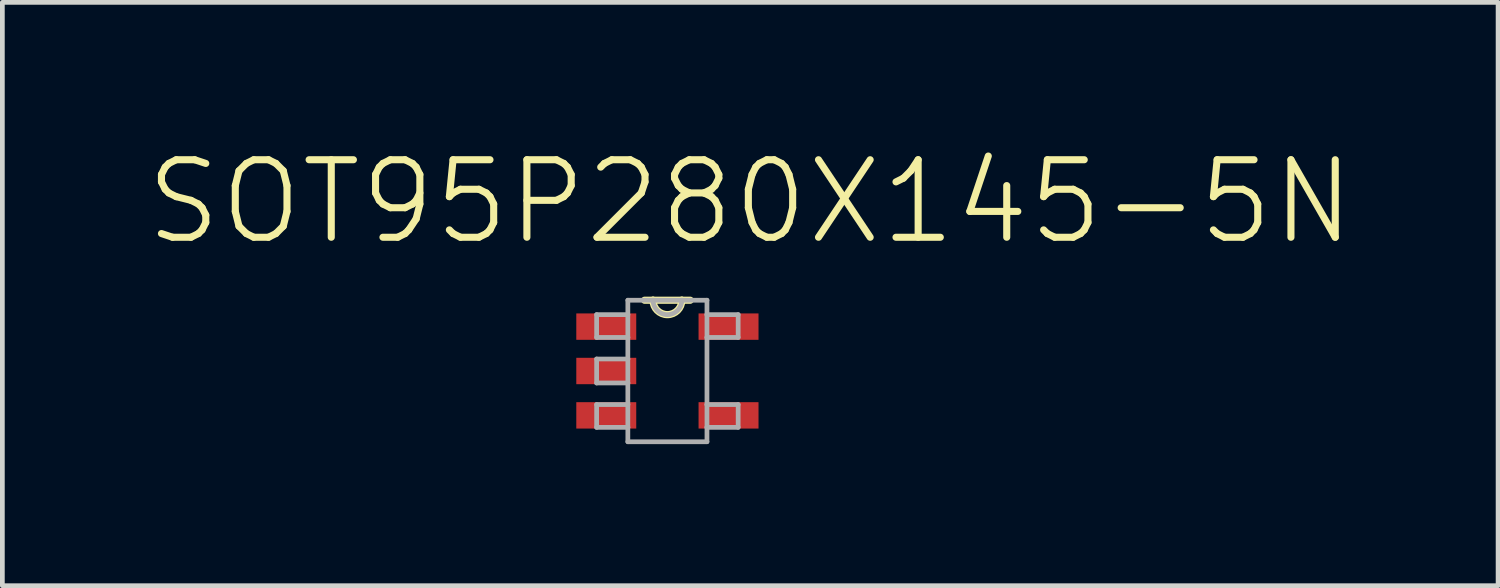
<source format=kicad_pcb>
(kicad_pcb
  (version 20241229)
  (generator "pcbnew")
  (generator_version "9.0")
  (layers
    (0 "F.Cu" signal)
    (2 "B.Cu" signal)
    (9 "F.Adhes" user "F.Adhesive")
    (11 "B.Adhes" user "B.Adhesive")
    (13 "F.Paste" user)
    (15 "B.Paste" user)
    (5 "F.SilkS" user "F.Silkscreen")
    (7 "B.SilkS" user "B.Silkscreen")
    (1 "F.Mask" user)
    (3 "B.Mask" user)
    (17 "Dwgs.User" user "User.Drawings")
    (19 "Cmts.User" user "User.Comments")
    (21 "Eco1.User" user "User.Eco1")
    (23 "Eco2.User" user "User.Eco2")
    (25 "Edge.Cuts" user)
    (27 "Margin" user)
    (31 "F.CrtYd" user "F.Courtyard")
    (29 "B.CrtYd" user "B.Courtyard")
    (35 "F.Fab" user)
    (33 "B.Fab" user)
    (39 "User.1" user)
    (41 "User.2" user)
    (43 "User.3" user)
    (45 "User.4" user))
  (footprint "SOT95P280X145-5N"
    (layer "F.Cu")
    (at 11.088 4.809)
    (property "Reference" "SOT95P280X145-5N" (at 1.754 -3.585 0) (layer "F.SilkS") (effects (font (size 1.642 1.642) (thickness 0.15))))
    (attr smd)
    (fp_line (start -0.305 -1.499) (end -0.483 -1.499) (stroke (width 0.152) (type solid)) (layer "F.SilkS"))
    (fp_line (start 0.305 -1.499) (end -0.305 -1.499) (stroke (width 0.152) (type solid)) (layer "F.SilkS"))
    (fp_line (start 0.483 -1.499) (end 0.305 -1.499) (stroke (width 0.152) (type solid)) (layer "F.SilkS"))
    (fp_arc (start 0.3048 -1.4986) (mid 0 -1.1938) (end -0.3048 -1.4986) (stroke (width 0.1524) (type solid)) (layer "F.SilkS"))
    (fp_line (start -1.499 -1.194) (end -1.499 -0.711) (stroke (width 0.1) (type solid)) (layer "F.Fab"))
    (fp_line (start -1.499 -0.711) (end -0.838 -0.711) (stroke (width 0.1) (type solid)) (layer "F.Fab"))
    (fp_line (start -1.499 -0.254) (end -1.499 0.254) (stroke (width 0.1) (type solid)) (layer "F.Fab"))
    (fp_line (start -1.499 0.254) (end -0.838 0.254) (stroke (width 0.1) (type solid)) (layer "F.Fab"))
    (fp_line (start -1.499 0.711) (end -1.499 1.194) (stroke (width 0.1) (type solid)) (layer "F.Fab"))
    (fp_line (start -1.499 1.194) (end -0.838 1.194) (stroke (width 0.1) (type solid)) (layer "F.Fab"))
    (fp_line (start -0.838 -1.499) (end -0.838 -1.194) (stroke (width 0.1) (type solid)) (layer "F.Fab"))
    (fp_line (start -0.838 -1.194) (end -1.499 -1.194) (stroke (width 0.1) (type solid)) (layer "F.Fab"))
    (fp_line (start -0.838 -1.194) (end -0.838 -0.711) (stroke (width 0.1) (type solid)) (layer "F.Fab"))
    (fp_line (start -0.838 -0.711) (end -0.838 -0.254) (stroke (width 0.1) (type solid)) (layer "F.Fab"))
    (fp_line (start -0.838 -0.254) (end -1.499 -0.254) (stroke (width 0.1) (type solid)) (layer "F.Fab"))
    (fp_line (start -0.838 -0.254) (end -0.838 0.254) (stroke (width 0.1) (type solid)) (layer "F.Fab"))
    (fp_line (start -0.838 0.254) (end -0.838 0.711) (stroke (width 0.1) (type solid)) (layer "F.Fab"))
    (fp_line (start -0.838 0.711) (end -1.499 0.711) (stroke (width 0.1) (type solid)) (layer "F.Fab"))
    (fp_line (start -0.838 1.194) (end -0.838 0.711) (stroke (width 0.1) (type solid)) (layer "F.Fab"))
    (fp_line (start -0.838 1.499) (end -0.838 1.194) (stroke (width 0.1) (type solid)) (layer "F.Fab"))
    (fp_line (start -0.838 1.499) (end 0.838 1.499) (stroke (width 0.1) (type solid)) (layer "F.Fab"))
    (fp_line (start -0.305 -1.499) (end -0.838 -1.499) (stroke (width 0.1) (type solid)) (layer "F.Fab"))
    (fp_line (start 0.305 -1.499) (end -0.305 -1.499) (stroke (width 0.1) (type solid)) (layer "F.Fab"))
    (fp_line (start 0.838 -1.499) (end 0.305 -1.499) (stroke (width 0.1) (type solid)) (layer "F.Fab"))
    (fp_line (start 0.838 -1.499) (end 0.838 -1.194) (stroke (width 0.1) (type solid)) (layer "F.Fab"))
    (fp_line (start 0.838 -1.194) (end 0.838 -0.711) (stroke (width 0.1) (type solid)) (layer "F.Fab"))
    (fp_line (start 0.838 -0.711) (end 1.499 -0.711) (stroke (width 0.1) (type solid)) (layer "F.Fab"))
    (fp_line (start 0.838 0.711) (end 0.838 -0.711) (stroke (width 0.1) (type solid)) (layer "F.Fab"))
    (fp_line (start 0.838 1.194) (end 0.838 0.711) (stroke (width 0.1) (type solid)) (layer "F.Fab"))
    (fp_line (start 0.838 1.194) (end 1.499 1.194) (stroke (width 0.1) (type solid)) (layer "F.Fab"))
    (fp_line (start 0.838 1.499) (end 0.838 1.194) (stroke (width 0.1) (type solid)) (layer "F.Fab"))
    (fp_line (start 1.499 -1.194) (end 0.838 -1.194) (stroke (width 0.1) (type solid)) (layer "F.Fab"))
    (fp_line (start 1.499 -0.711) (end 1.499 -1.194) (stroke (width 0.1) (type solid)) (layer "F.Fab"))
    (fp_line (start 1.499 0.711) (end 0.838 0.711) (stroke (width 0.1) (type solid)) (layer "F.Fab"))
    (fp_line (start 1.499 1.194) (end 1.499 0.711) (stroke (width 0.1) (type solid)) (layer "F.Fab"))
    (fp_arc (start 0.3048 -1.4986) (mid 0 -1.1938) (end -0.3048 -1.4986) (stroke (width 0.1) (type solid)) (layer "F.Fab"))
    (pad "1" smd rect (at -1.295 -0.94) (size 1.27 0.559) (layers "F.Cu" "F.Mask" "F.Paste"))
    (pad "2" smd rect (at -1.295 0) (size 1.27 0.559) (layers "F.Cu" "F.Mask" "F.Paste"))
    (pad "3" smd rect (at -1.295 0.94) (size 1.27 0.559) (layers "F.Cu" "F.Mask" "F.Paste"))
    (pad "4" smd rect (at 1.295 0.94) (size 1.27 0.559) (layers "F.Cu" "F.Mask" "F.Paste"))
    (pad "5" smd rect (at 1.295 -0.94) (size 1.27 0.559) (layers "F.Cu" "F.Mask" "F.Paste")))
  (gr_rect
    (start -3 -3)
    (end 28.685 9.357)
    (stroke (width 0.1) (type default))
    (fill no)
    (layer "Edge.Cuts")))
</source>
